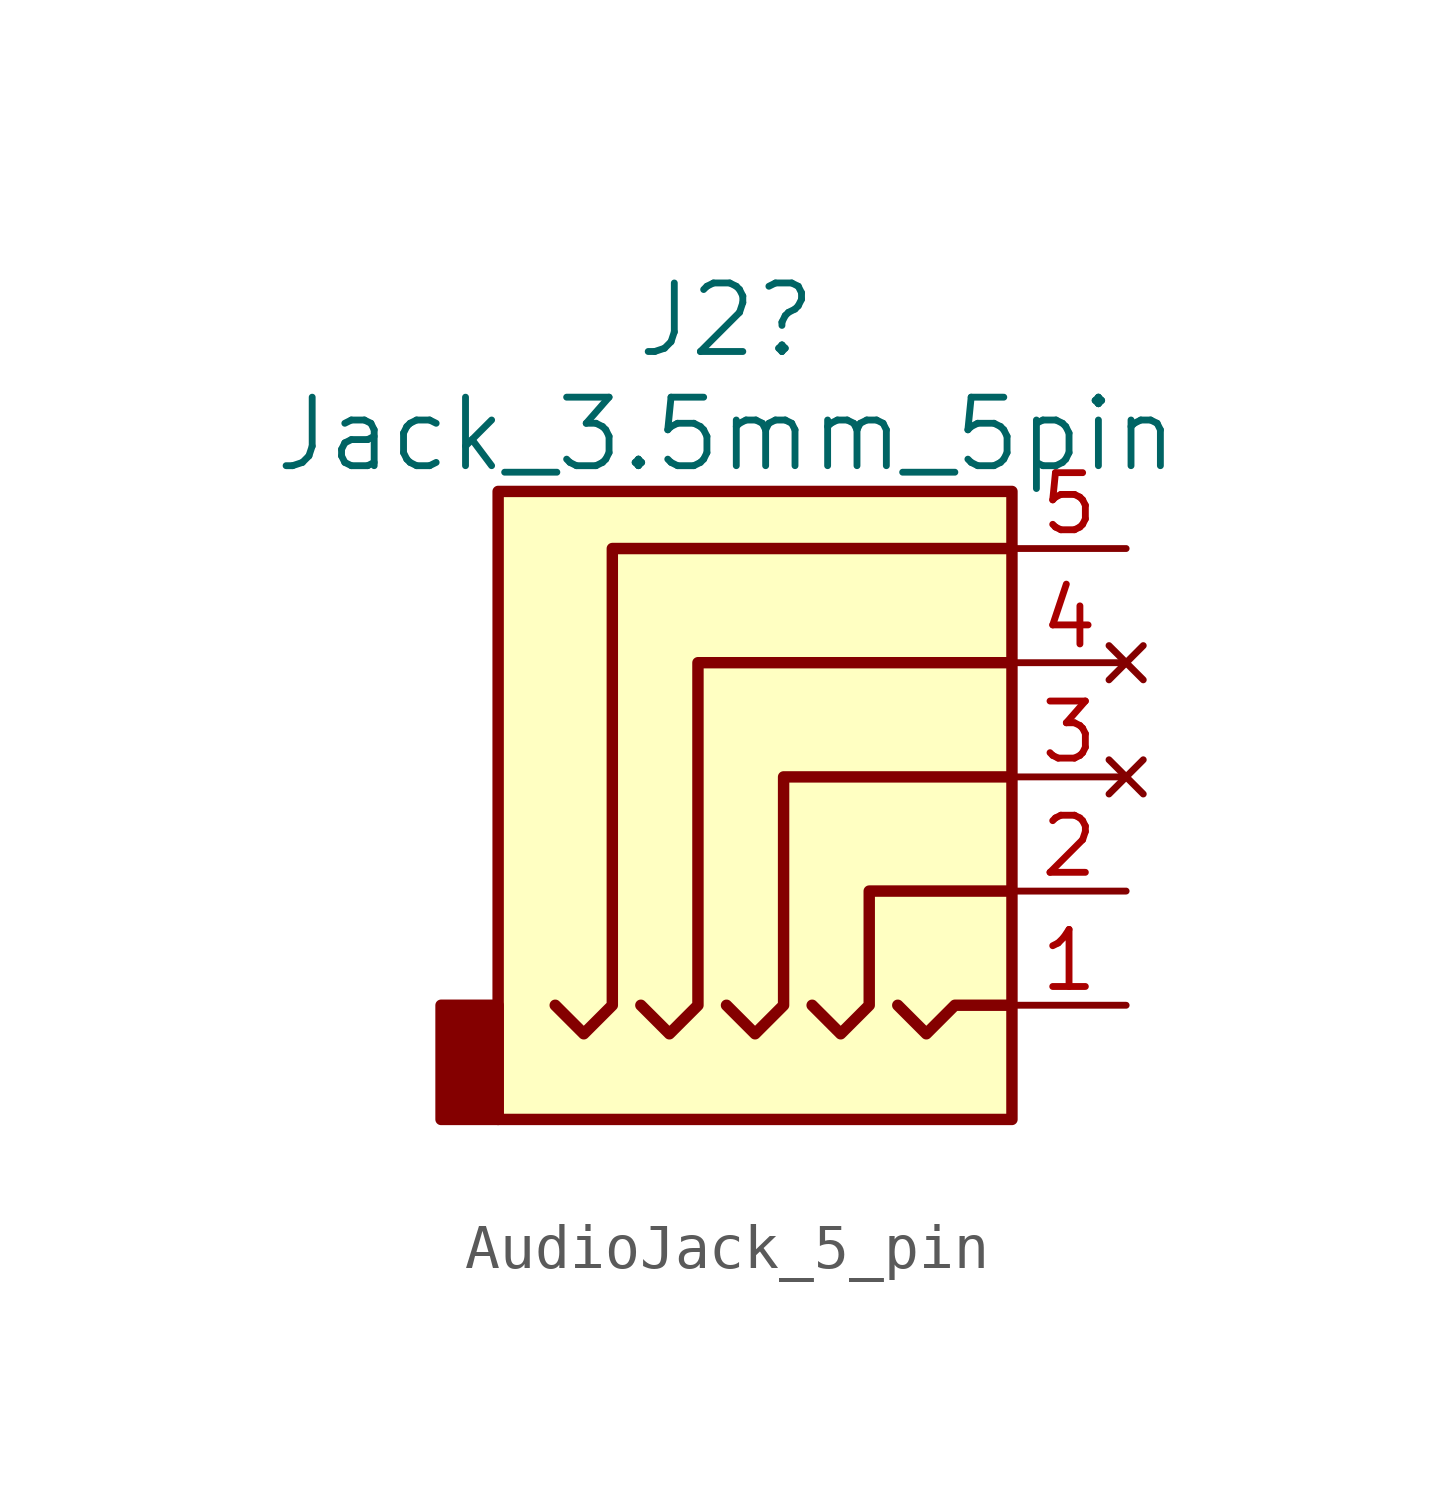
<source format=kicad_sym>
(kicad_symbol_lib
  (version 20220914)
  (generator kicad_symbol_editor)
  (symbol "AudioJack_5_pin"
    (property "Reference" "J2"
      (at -3.81 10.16 0)
      (effects (font (size 1.524 1.524))))
    (property "Value" "Jack_3.5mm_5pin"
      (at -3.81 7.62 0)
      (effects (font (size 1.524 1.524))))
    (symbol "AudioJack_5_pin_0_1"
      (rectangle (start -8.89 -5.08) (end -10.16 -7.62) (stroke (width 0.254) (type default)) (fill (type outline)))
      (polyline (pts (xy 0 -5.08) (xy 0.635 -5.715) (xy 1.27 -5.08) (xy 2.54 -5.08)) (stroke (width 0.254) (type default)) (fill (type none)))
      (polyline (pts (xy -5.715 -5.08) (xy -5.08 -5.715) (xy -4.445 -5.08) (xy -4.445 2.54) (xy 2.54 2.54)) (stroke (width 0.254) (type default)) (fill (type none)))
      (polyline (pts (xy -1.905 -5.08) (xy -1.27 -5.715) (xy -0.635 -5.08) (xy -0.635 -2.54) (xy 2.54 -2.54)) (stroke (width 0.254) (type default)) (fill (type none)))
      (polyline (pts (xy 2.54 0) (xy -2.54 0) (xy -2.54 -5.08) (xy -3.175 -5.715) (xy -3.81 -5.08)) (stroke (width 0.254) (type default)) (fill (type none)))
      (polyline (pts (xy 2.54 5.08) (xy -6.35 5.08) (xy -6.35 -5.08) (xy -6.985 -5.715) (xy -7.62 -5.08)) (stroke (width 0.254) (type default)) (fill (type none)))
      (rectangle (start 2.54 6.35) (end -8.89 -7.62) (stroke (width 0.254) (type default)) (fill (type background))))
    (symbol "AudioJack_5_pin_1_1"
      (pin passive line (at 5.08 -5.08 180) (length 2.54) (name "~" (effects (font (size 1.27 1.27)))) (number "1" (effects (font (size 1.27 1.27)))))
      (pin passive line (at 5.08 -2.54 180) (length 2.54) (name "" (effects (font (size 1.27 1.27)))) (number "2" (effects (font (size 1.27 1.27)))))
      (pin no_connect line (at 5.08 0 180) (length 2.54) (name "" (effects (font (size 1.27 1.27)))) (number "3" (effects (font (size 1.27 1.27)))))
      (pin no_connect line (at 5.08 2.54 180) (length 2.54) (name "" (effects (font (size 1.27 1.27)))) (number "4" (effects (font (size 1.27 1.27)))))
      (pin passive line (at 5.08 5.08 180) (length 2.54) (name "" (effects (font (size 1.27 1.27)))) (number "5" (effects (font (size 1.27 1.27))))))))
</source>
